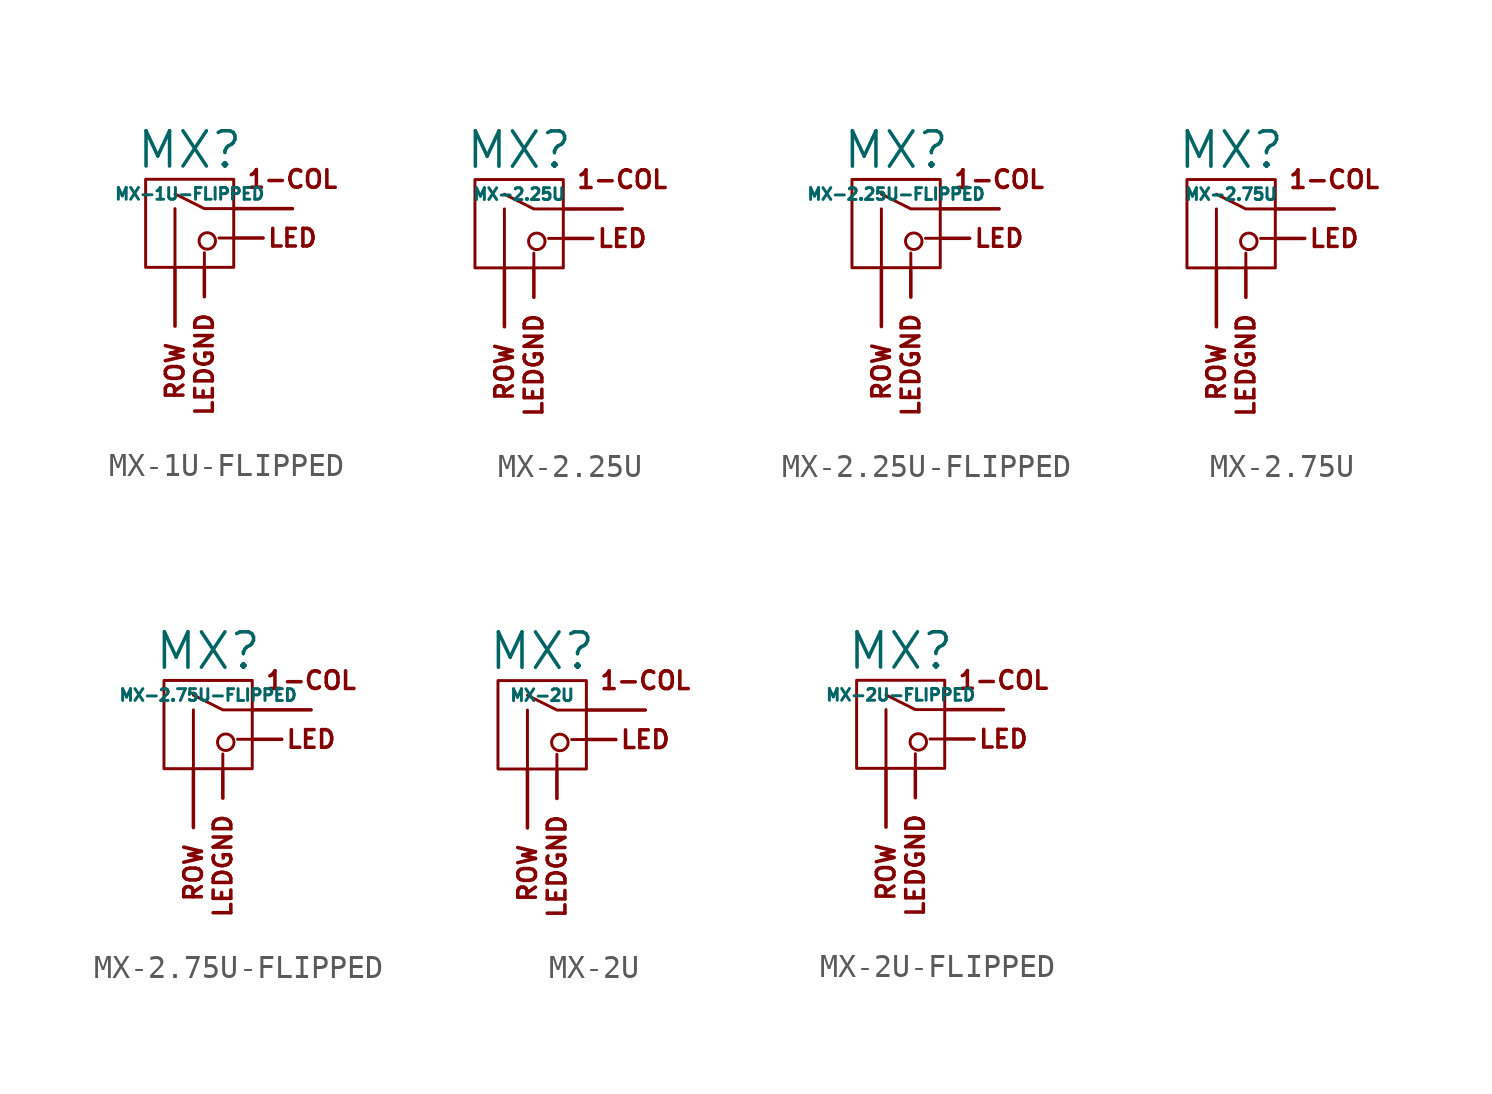
<source format=kicad_sym>
(kicad_symbol_lib
  (version 20211014)
  (generator kicad_symbol_editor)
  (symbol "MX-1U-FLIPPED"
    (pin_names
      (offset 1.016))
    (property "Reference" "MX"
      (at 0 3.175 0)
      (effects (font (size 1.524 1.524))))
    (property "Value" "MX-1U-FLIPPED"
      (at 0 1.27 0)
      (effects (font (size 0.508 0.508))))
    (symbol "MX-1U-FLIPPED_0_0"
      (polyline (pts (xy -0.635 -1.905) (xy -0.635 0.635)) (stroke (width 0.127) (type default) (color 0 0 0 0)) (fill (type none)))
      (polyline (pts (xy 0.635 -1.905) (xy 0.635 -1.27)) (stroke (width 0.127) (type default) (color 0 0 0 0)) (fill (type none)))
      (polyline (pts (xy 1.905 -0.635) (xy 1.27 -0.635)) (stroke (width 0.127) (type default) (color 0 0 0 0)) (fill (type none)))
      (polyline (pts (xy 1.905 0.635) (xy 0.635 0.635) (xy -0.635 1.27)) (stroke (width 0.127) (type default) (color 0 0 0 0)) (fill (type none)))
      (circle (center 0.762 -0.762) (radius 0.356) (stroke (width 0.127) (type default) (color 0 0 0 0)) (fill (type none)))
      (rectangle (start 1.905 -1.905) (end -1.905 1.905) (stroke (width 0.127) (type default) (color 0 0 0 0)) (fill (type none)))
      (text "1-COL" (at 4.445 1.905 0) (effects (font (size 0.762 0.762))))
      (text "LED" (at 4.445 -0.635 0) (effects (font (size 0.762 0.762))))
      (text "ROW" (at -0.635 -5.08 900) (effects (font (size 0.762 0.762)) (justify right))))
    (symbol "MX-1U-FLIPPED_1_0"
      (text "LEDGND" (at 0.635 -3.81 900) (effects (font (size 0.762 0.762)) (justify right))))
    (symbol "MX-1U-FLIPPED_1_1"
      (pin passive line (at -0.635 -4.445 90) (length 2.54) (name "ROW" (effects (font (size 0 0)))) (number "1" (effects (font (size 0 0)))))
      (pin passive line (at 4.445 0.635 180) (length 2.54) (name "COL" (effects (font (size 0 0)))) (number "2" (effects (font (size 0 0)))))
      (pin passive line (at 3.175 -0.635 180) (length 1.27) (name "LED" (effects (font (size 0 0)))) (number "3" (effects (font (size 0 0)))))
      (pin passive line (at 0.635 -3.175 90) (length 1.27) (name "LEDGND" (effects (font (size 0 0)))) (number "4" (effects (font (size 0 0)))))))
  (symbol "MX-2.25U"
    (pin_names
      (offset 1.016))
    (property "Reference" "MX"
      (at 0 3.175 0)
      (effects (font (size 1.524 1.524))))
    (property "Value" "MX-2.25U"
      (at 0 1.27 0)
      (effects (font (size 0.508 0.508))))
    (symbol "MX-2.25U_0_0"
      (polyline (pts (xy -0.635 -1.905) (xy -0.635 0.635)) (stroke (width 0.127) (type default) (color 0 0 0 0)) (fill (type none)))
      (polyline (pts (xy 0.635 -1.905) (xy 0.635 -1.27)) (stroke (width 0.127) (type default) (color 0 0 0 0)) (fill (type none)))
      (polyline (pts (xy 1.905 -0.635) (xy 1.27 -0.635)) (stroke (width 0.127) (type default) (color 0 0 0 0)) (fill (type none)))
      (polyline (pts (xy 1.905 0.635) (xy 0.635 0.635) (xy -0.635 1.27)) (stroke (width 0.127) (type default) (color 0 0 0 0)) (fill (type none)))
      (circle (center 0.762 -0.762) (radius 0.356) (stroke (width 0.127) (type default) (color 0 0 0 0)) (fill (type none)))
      (rectangle (start 1.905 -1.905) (end -1.905 1.905) (stroke (width 0.127) (type default) (color 0 0 0 0)) (fill (type none)))
      (text "1-COL" (at 4.445 1.905 0) (effects (font (size 0.762 0.762))))
      (text "LED" (at 4.445 -0.635 0) (effects (font (size 0.762 0.762))))
      (text "ROW" (at -0.635 -5.08 900) (effects (font (size 0.762 0.762)) (justify right))))
    (symbol "MX-2.25U_1_0"
      (text "LEDGND" (at 0.635 -3.81 900) (effects (font (size 0.762 0.762)) (justify right))))
    (symbol "MX-2.25U_1_1"
      (pin passive line (at 4.445 0.635 180) (length 2.54) (name "COL" (effects (font (size 0 0)))) (number "1" (effects (font (size 0 0)))))
      (pin passive line (at -0.635 -4.445 90) (length 2.54) (name "ROW" (effects (font (size 0 0)))) (number "2" (effects (font (size 0 0)))))
      (pin passive line (at 3.175 -0.635 180) (length 1.27) (name "LED" (effects (font (size 0 0)))) (number "3" (effects (font (size 0 0)))))
      (pin passive line (at 0.635 -3.175 90) (length 1.27) (name "LEDGND" (effects (font (size 0 0)))) (number "4" (effects (font (size 0 0)))))))
  (symbol "MX-2.25U-FLIPPED"
    (pin_names
      (offset 1.016))
    (property "Reference" "MX"
      (at 0 3.175 0)
      (effects (font (size 1.524 1.524))))
    (property "Value" "MX-2.25U-FLIPPED"
      (at 0 1.27 0)
      (effects (font (size 0.508 0.508))))
    (symbol "MX-2.25U-FLIPPED_0_0"
      (polyline (pts (xy -0.635 -1.905) (xy -0.635 0.635)) (stroke (width 0.127) (type default) (color 0 0 0 0)) (fill (type none)))
      (polyline (pts (xy 0.635 -1.905) (xy 0.635 -1.27)) (stroke (width 0.127) (type default) (color 0 0 0 0)) (fill (type none)))
      (polyline (pts (xy 1.905 -0.635) (xy 1.27 -0.635)) (stroke (width 0.127) (type default) (color 0 0 0 0)) (fill (type none)))
      (polyline (pts (xy 1.905 0.635) (xy 0.635 0.635) (xy -0.635 1.27)) (stroke (width 0.127) (type default) (color 0 0 0 0)) (fill (type none)))
      (circle (center 0.762 -0.762) (radius 0.356) (stroke (width 0.127) (type default) (color 0 0 0 0)) (fill (type none)))
      (rectangle (start 1.905 -1.905) (end -1.905 1.905) (stroke (width 0.127) (type default) (color 0 0 0 0)) (fill (type none)))
      (text "1-COL" (at 4.445 1.905 0) (effects (font (size 0.762 0.762))))
      (text "LED" (at 4.445 -0.635 0) (effects (font (size 0.762 0.762))))
      (text "ROW" (at -0.635 -5.08 900) (effects (font (size 0.762 0.762)) (justify right))))
    (symbol "MX-2.25U-FLIPPED_1_0"
      (text "LEDGND" (at 0.635 -3.81 900) (effects (font (size 0.762 0.762)) (justify right))))
    (symbol "MX-2.25U-FLIPPED_1_1"
      (pin passive line (at -0.635 -4.445 90) (length 2.54) (name "ROW" (effects (font (size 0 0)))) (number "1" (effects (font (size 0 0)))))
      (pin passive line (at 4.445 0.635 180) (length 2.54) (name "COL" (effects (font (size 0 0)))) (number "2" (effects (font (size 0 0)))))
      (pin passive line (at 3.175 -0.635 180) (length 1.27) (name "LED" (effects (font (size 0 0)))) (number "3" (effects (font (size 0 0)))))
      (pin passive line (at 0.635 -3.175 90) (length 1.27) (name "LEDGND" (effects (font (size 0 0)))) (number "4" (effects (font (size 0 0)))))))
  (symbol "MX-2.75U"
    (pin_names
      (offset 1.016))
    (property "Reference" "MX"
      (at 0 3.175 0)
      (effects (font (size 1.524 1.524))))
    (property "Value" "MX-2.75U"
      (at 0 1.27 0)
      (effects (font (size 0.508 0.508))))
    (symbol "MX-2.75U_0_0"
      (polyline (pts (xy -0.635 -1.905) (xy -0.635 0.635)) (stroke (width 0.127) (type default) (color 0 0 0 0)) (fill (type none)))
      (polyline (pts (xy 0.635 -1.905) (xy 0.635 -1.27)) (stroke (width 0.127) (type default) (color 0 0 0 0)) (fill (type none)))
      (polyline (pts (xy 1.905 -0.635) (xy 1.27 -0.635)) (stroke (width 0.127) (type default) (color 0 0 0 0)) (fill (type none)))
      (polyline (pts (xy 1.905 0.635) (xy 0.635 0.635) (xy -0.635 1.27)) (stroke (width 0.127) (type default) (color 0 0 0 0)) (fill (type none)))
      (circle (center 0.762 -0.762) (radius 0.356) (stroke (width 0.127) (type default) (color 0 0 0 0)) (fill (type none)))
      (rectangle (start 1.905 -1.905) (end -1.905 1.905) (stroke (width 0.127) (type default) (color 0 0 0 0)) (fill (type none)))
      (text "1-COL" (at 4.445 1.905 0) (effects (font (size 0.762 0.762))))
      (text "LED" (at 4.445 -0.635 0) (effects (font (size 0.762 0.762))))
      (text "ROW" (at -0.635 -5.08 900) (effects (font (size 0.762 0.762)) (justify right))))
    (symbol "MX-2.75U_1_0"
      (text "LEDGND" (at 0.635 -3.81 900) (effects (font (size 0.762 0.762)) (justify right))))
    (symbol "MX-2.75U_1_1"
      (pin passive line (at 4.445 0.635 180) (length 2.54) (name "COL" (effects (font (size 0 0)))) (number "1" (effects (font (size 0 0)))))
      (pin passive line (at -0.635 -4.445 90) (length 2.54) (name "ROW" (effects (font (size 0 0)))) (number "2" (effects (font (size 0 0)))))
      (pin passive line (at 3.175 -0.635 180) (length 1.27) (name "LED" (effects (font (size 0 0)))) (number "3" (effects (font (size 0 0)))))
      (pin passive line (at 0.635 -3.175 90) (length 1.27) (name "LEDGND" (effects (font (size 0 0)))) (number "4" (effects (font (size 0 0)))))))
  (symbol "MX-2.75U-FLIPPED"
    (pin_names
      (offset 1.016))
    (property "Reference" "MX"
      (at 0 3.175 0)
      (effects (font (size 1.524 1.524))))
    (property "Value" "MX-2.75U-FLIPPED"
      (at 0 1.27 0)
      (effects (font (size 0.508 0.508))))
    (symbol "MX-2.75U-FLIPPED_0_0"
      (polyline (pts (xy -0.635 -1.905) (xy -0.635 0.635)) (stroke (width 0.127) (type default) (color 0 0 0 0)) (fill (type none)))
      (polyline (pts (xy 0.635 -1.905) (xy 0.635 -1.27)) (stroke (width 0.127) (type default) (color 0 0 0 0)) (fill (type none)))
      (polyline (pts (xy 1.905 -0.635) (xy 1.27 -0.635)) (stroke (width 0.127) (type default) (color 0 0 0 0)) (fill (type none)))
      (polyline (pts (xy 1.905 0.635) (xy 0.635 0.635) (xy -0.635 1.27)) (stroke (width 0.127) (type default) (color 0 0 0 0)) (fill (type none)))
      (circle (center 0.762 -0.762) (radius 0.356) (stroke (width 0.127) (type default) (color 0 0 0 0)) (fill (type none)))
      (rectangle (start 1.905 -1.905) (end -1.905 1.905) (stroke (width 0.127) (type default) (color 0 0 0 0)) (fill (type none)))
      (text "1-COL" (at 4.445 1.905 0) (effects (font (size 0.762 0.762))))
      (text "LED" (at 4.445 -0.635 0) (effects (font (size 0.762 0.762))))
      (text "ROW" (at -0.635 -5.08 900) (effects (font (size 0.762 0.762)) (justify right))))
    (symbol "MX-2.75U-FLIPPED_1_0"
      (text "LEDGND" (at 0.635 -3.81 900) (effects (font (size 0.762 0.762)) (justify right))))
    (symbol "MX-2.75U-FLIPPED_1_1"
      (pin passive line (at -0.635 -4.445 90) (length 2.54) (name "ROW" (effects (font (size 0 0)))) (number "1" (effects (font (size 0 0)))))
      (pin passive line (at 4.445 0.635 180) (length 2.54) (name "COL" (effects (font (size 0 0)))) (number "2" (effects (font (size 0 0)))))
      (pin passive line (at 3.175 -0.635 180) (length 1.27) (name "LED" (effects (font (size 0 0)))) (number "3" (effects (font (size 0 0)))))
      (pin passive line (at 0.635 -3.175 90) (length 1.27) (name "LEDGND" (effects (font (size 0 0)))) (number "4" (effects (font (size 0 0)))))))
  (symbol "MX-2U"
    (pin_names
      (offset 1.016))
    (property "Reference" "MX"
      (at 0 3.175 0)
      (effects (font (size 1.524 1.524))))
    (property "Value" "MX-2U"
      (at 0 1.27 0)
      (effects (font (size 0.508 0.508))))
    (symbol "MX-2U_0_0"
      (polyline (pts (xy -0.635 -1.905) (xy -0.635 0.635)) (stroke (width 0.127) (type default) (color 0 0 0 0)) (fill (type none)))
      (polyline (pts (xy 0.635 -1.905) (xy 0.635 -1.27)) (stroke (width 0.127) (type default) (color 0 0 0 0)) (fill (type none)))
      (polyline (pts (xy 1.905 -0.635) (xy 1.27 -0.635)) (stroke (width 0.127) (type default) (color 0 0 0 0)) (fill (type none)))
      (polyline (pts (xy 1.905 0.635) (xy 0.635 0.635) (xy -0.635 1.27)) (stroke (width 0.127) (type default) (color 0 0 0 0)) (fill (type none)))
      (circle (center 0.762 -0.762) (radius 0.356) (stroke (width 0.127) (type default) (color 0 0 0 0)) (fill (type none)))
      (rectangle (start 1.905 -1.905) (end -1.905 1.905) (stroke (width 0.127) (type default) (color 0 0 0 0)) (fill (type none)))
      (text "1-COL" (at 4.445 1.905 0) (effects (font (size 0.762 0.762))))
      (text "LED" (at 4.445 -0.635 0) (effects (font (size 0.762 0.762))))
      (text "ROW" (at -0.635 -5.08 900) (effects (font (size 0.762 0.762)) (justify right))))
    (symbol "MX-2U_1_0"
      (text "LEDGND" (at 0.635 -3.81 900) (effects (font (size 0.762 0.762)) (justify right))))
    (symbol "MX-2U_1_1"
      (pin passive line (at 4.445 0.635 180) (length 2.54) (name "COL" (effects (font (size 0 0)))) (number "1" (effects (font (size 0 0)))))
      (pin passive line (at -0.635 -4.445 90) (length 2.54) (name "ROW" (effects (font (size 0 0)))) (number "2" (effects (font (size 0 0)))))
      (pin passive line (at 3.175 -0.635 180) (length 1.27) (name "LED" (effects (font (size 0 0)))) (number "3" (effects (font (size 0 0)))))
      (pin passive line (at 0.635 -3.175 90) (length 1.27) (name "LEDGND" (effects (font (size 0 0)))) (number "4" (effects (font (size 0 0)))))))
  (symbol "MX-2U-FLIPPED"
    (pin_names
      (offset 1.016))
    (property "Reference" "MX"
      (at 0 3.175 0)
      (effects (font (size 1.524 1.524))))
    (property "Value" "MX-2U-FLIPPED"
      (at 0 1.27 0)
      (effects (font (size 0.508 0.508))))
    (symbol "MX-2U-FLIPPED_0_0"
      (polyline (pts (xy -0.635 -1.905) (xy -0.635 0.635)) (stroke (width 0.127) (type default) (color 0 0 0 0)) (fill (type none)))
      (polyline (pts (xy 0.635 -1.905) (xy 0.635 -1.27)) (stroke (width 0.127) (type default) (color 0 0 0 0)) (fill (type none)))
      (polyline (pts (xy 1.905 -0.635) (xy 1.27 -0.635)) (stroke (width 0.127) (type default) (color 0 0 0 0)) (fill (type none)))
      (polyline (pts (xy 1.905 0.635) (xy 0.635 0.635) (xy -0.635 1.27)) (stroke (width 0.127) (type default) (color 0 0 0 0)) (fill (type none)))
      (circle (center 0.762 -0.762) (radius 0.356) (stroke (width 0.127) (type default) (color 0 0 0 0)) (fill (type none)))
      (rectangle (start 1.905 -1.905) (end -1.905 1.905) (stroke (width 0.127) (type default) (color 0 0 0 0)) (fill (type none)))
      (text "1-COL" (at 4.445 1.905 0) (effects (font (size 0.762 0.762))))
      (text "LED" (at 4.445 -0.635 0) (effects (font (size 0.762 0.762))))
      (text "ROW" (at -0.635 -5.08 900) (effects (font (size 0.762 0.762)) (justify right))))
    (symbol "MX-2U-FLIPPED_1_0"
      (text "LEDGND" (at 0.635 -3.81 900) (effects (font (size 0.762 0.762)) (justify right))))
    (symbol "MX-2U-FLIPPED_1_1"
      (pin passive line (at -0.635 -4.445 90) (length 2.54) (name "ROW" (effects (font (size 0 0)))) (number "1" (effects (font (size 0 0)))))
      (pin passive line (at 4.445 0.635 180) (length 2.54) (name "COL" (effects (font (size 0 0)))) (number "2" (effects (font (size 0 0)))))
      (pin passive line (at 3.175 -0.635 180) (length 1.27) (name "LED" (effects (font (size 0 0)))) (number "3" (effects (font (size 0 0)))))
      (pin passive line (at 0.635 -3.175 90) (length 1.27) (name "LEDGND" (effects (font (size 0 0)))) (number "4" (effects (font (size 0 0))))))))
</source>
